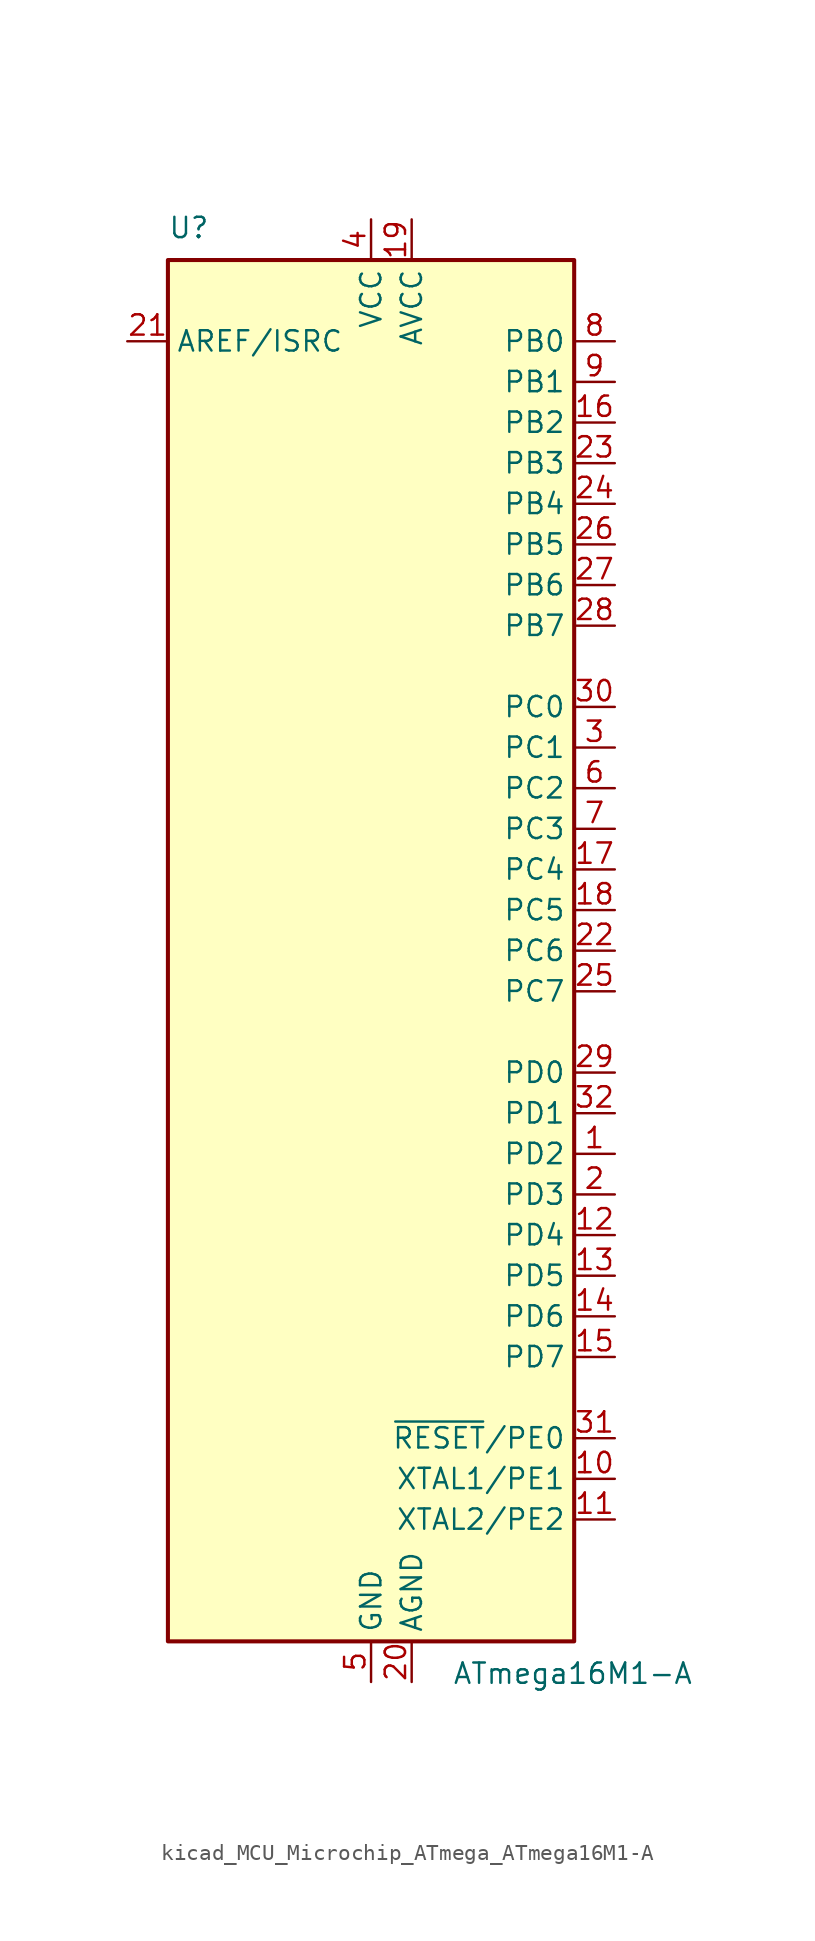
<source format=kicad_sym>
(kicad_symbol_lib
  (version 20220914)
  (generator kicad_symbol_editor)
  (symbol "kicad_MCU_Microchip_ATmega_ATmega16M1-A"
    (property "Reference" "U"
      (at -12.7 44.45 0)
      (effects (font (size 1.27 1.27)) (justify left bottom)))
    (property "Value" "ATmega16M1-A"
      (at 5.08 -44.45 0)
      (effects (font (size 1.27 1.27)) (justify left top)))
    (symbol "kicad_MCU_Microchip_ATmega_ATmega16M1-A_0_1"
      (rectangle (start -12.7 -43.18) (end 12.7 43.18) (stroke (width 0.254) (type default)) (fill (type background))))
    (symbol "kicad_MCU_Microchip_ATmega_ATmega16M1-A_1_1"
      (pin bidirectional line (at 15.24 -12.7 180) (length 2.54) (name "PD2" (effects (font (size 1.27 1.27)))) (number "1" (effects (font (size 1.27 1.27)))))
      (pin bidirectional line (at 15.24 -33.02 180) (length 2.54) (name "XTAL1/PE1" (effects (font (size 1.27 1.27)))) (number "10" (effects (font (size 1.27 1.27)))))
      (pin bidirectional line (at 15.24 -35.56 180) (length 2.54) (name "XTAL2/PE2" (effects (font (size 1.27 1.27)))) (number "11" (effects (font (size 1.27 1.27)))))
      (pin bidirectional line (at 15.24 -17.78 180) (length 2.54) (name "PD4" (effects (font (size 1.27 1.27)))) (number "12" (effects (font (size 1.27 1.27)))))
      (pin bidirectional line (at 15.24 -20.32 180) (length 2.54) (name "PD5" (effects (font (size 1.27 1.27)))) (number "13" (effects (font (size 1.27 1.27)))))
      (pin bidirectional line (at 15.24 -22.86 180) (length 2.54) (name "PD6" (effects (font (size 1.27 1.27)))) (number "14" (effects (font (size 1.27 1.27)))))
      (pin bidirectional line (at 15.24 -25.4 180) (length 2.54) (name "PD7" (effects (font (size 1.27 1.27)))) (number "15" (effects (font (size 1.27 1.27)))))
      (pin bidirectional line (at 15.24 33.02 180) (length 2.54) (name "PB2" (effects (font (size 1.27 1.27)))) (number "16" (effects (font (size 1.27 1.27)))))
      (pin bidirectional line (at 15.24 5.08 180) (length 2.54) (name "PC4" (effects (font (size 1.27 1.27)))) (number "17" (effects (font (size 1.27 1.27)))))
      (pin bidirectional line (at 15.24 2.54 180) (length 2.54) (name "PC5" (effects (font (size 1.27 1.27)))) (number "18" (effects (font (size 1.27 1.27)))))
      (pin power_in line (at 2.54 45.72 270) (length 2.54) (name "AVCC" (effects (font (size 1.27 1.27)))) (number "19" (effects (font (size 1.27 1.27)))))
      (pin bidirectional line (at 15.24 -15.24 180) (length 2.54) (name "PD3" (effects (font (size 1.27 1.27)))) (number "2" (effects (font (size 1.27 1.27)))))
      (pin power_in line (at 2.54 -45.72 90) (length 2.54) (name "AGND" (effects (font (size 1.27 1.27)))) (number "20" (effects (font (size 1.27 1.27)))))
      (pin passive line (at -15.24 38.1 0) (length 2.54) (name "AREF/ISRC" (effects (font (size 1.27 1.27)))) (number "21" (effects (font (size 1.27 1.27)))))
      (pin bidirectional line (at 15.24 0 180) (length 2.54) (name "PC6" (effects (font (size 1.27 1.27)))) (number "22" (effects (font (size 1.27 1.27)))))
      (pin bidirectional line (at 15.24 30.48 180) (length 2.54) (name "PB3" (effects (font (size 1.27 1.27)))) (number "23" (effects (font (size 1.27 1.27)))))
      (pin bidirectional line (at 15.24 27.94 180) (length 2.54) (name "PB4" (effects (font (size 1.27 1.27)))) (number "24" (effects (font (size 1.27 1.27)))))
      (pin bidirectional line (at 15.24 -2.54 180) (length 2.54) (name "PC7" (effects (font (size 1.27 1.27)))) (number "25" (effects (font (size 1.27 1.27)))))
      (pin bidirectional line (at 15.24 25.4 180) (length 2.54) (name "PB5" (effects (font (size 1.27 1.27)))) (number "26" (effects (font (size 1.27 1.27)))))
      (pin bidirectional line (at 15.24 22.86 180) (length 2.54) (name "PB6" (effects (font (size 1.27 1.27)))) (number "27" (effects (font (size 1.27 1.27)))))
      (pin bidirectional line (at 15.24 20.32 180) (length 2.54) (name "PB7" (effects (font (size 1.27 1.27)))) (number "28" (effects (font (size 1.27 1.27)))))
      (pin bidirectional line (at 15.24 -7.62 180) (length 2.54) (name "PD0" (effects (font (size 1.27 1.27)))) (number "29" (effects (font (size 1.27 1.27)))))
      (pin bidirectional line (at 15.24 12.7 180) (length 2.54) (name "PC1" (effects (font (size 1.27 1.27)))) (number "3" (effects (font (size 1.27 1.27)))))
      (pin bidirectional line (at 15.24 15.24 180) (length 2.54) (name "PC0" (effects (font (size 1.27 1.27)))) (number "30" (effects (font (size 1.27 1.27)))))
      (pin bidirectional line (at 15.24 -30.48 180) (length 2.54) (name "~{RESET}/PE0" (effects (font (size 1.27 1.27)))) (number "31" (effects (font (size 1.27 1.27)))))
      (pin bidirectional line (at 15.24 -10.16 180) (length 2.54) (name "PD1" (effects (font (size 1.27 1.27)))) (number "32" (effects (font (size 1.27 1.27)))))
      (pin power_in line (at 0 45.72 270) (length 2.54) (name "VCC" (effects (font (size 1.27 1.27)))) (number "4" (effects (font (size 1.27 1.27)))))
      (pin power_in line (at 0 -45.72 90) (length 2.54) (name "GND" (effects (font (size 1.27 1.27)))) (number "5" (effects (font (size 1.27 1.27)))))
      (pin bidirectional line (at 15.24 10.16 180) (length 2.54) (name "PC2" (effects (font (size 1.27 1.27)))) (number "6" (effects (font (size 1.27 1.27)))))
      (pin bidirectional line (at 15.24 7.62 180) (length 2.54) (name "PC3" (effects (font (size 1.27 1.27)))) (number "7" (effects (font (size 1.27 1.27)))))
      (pin bidirectional line (at 15.24 38.1 180) (length 2.54) (name "PB0" (effects (font (size 1.27 1.27)))) (number "8" (effects (font (size 1.27 1.27)))))
      (pin bidirectional line (at 15.24 35.56 180) (length 2.54) (name "PB1" (effects (font (size 1.27 1.27)))) (number "9" (effects (font (size 1.27 1.27))))))))
</source>
